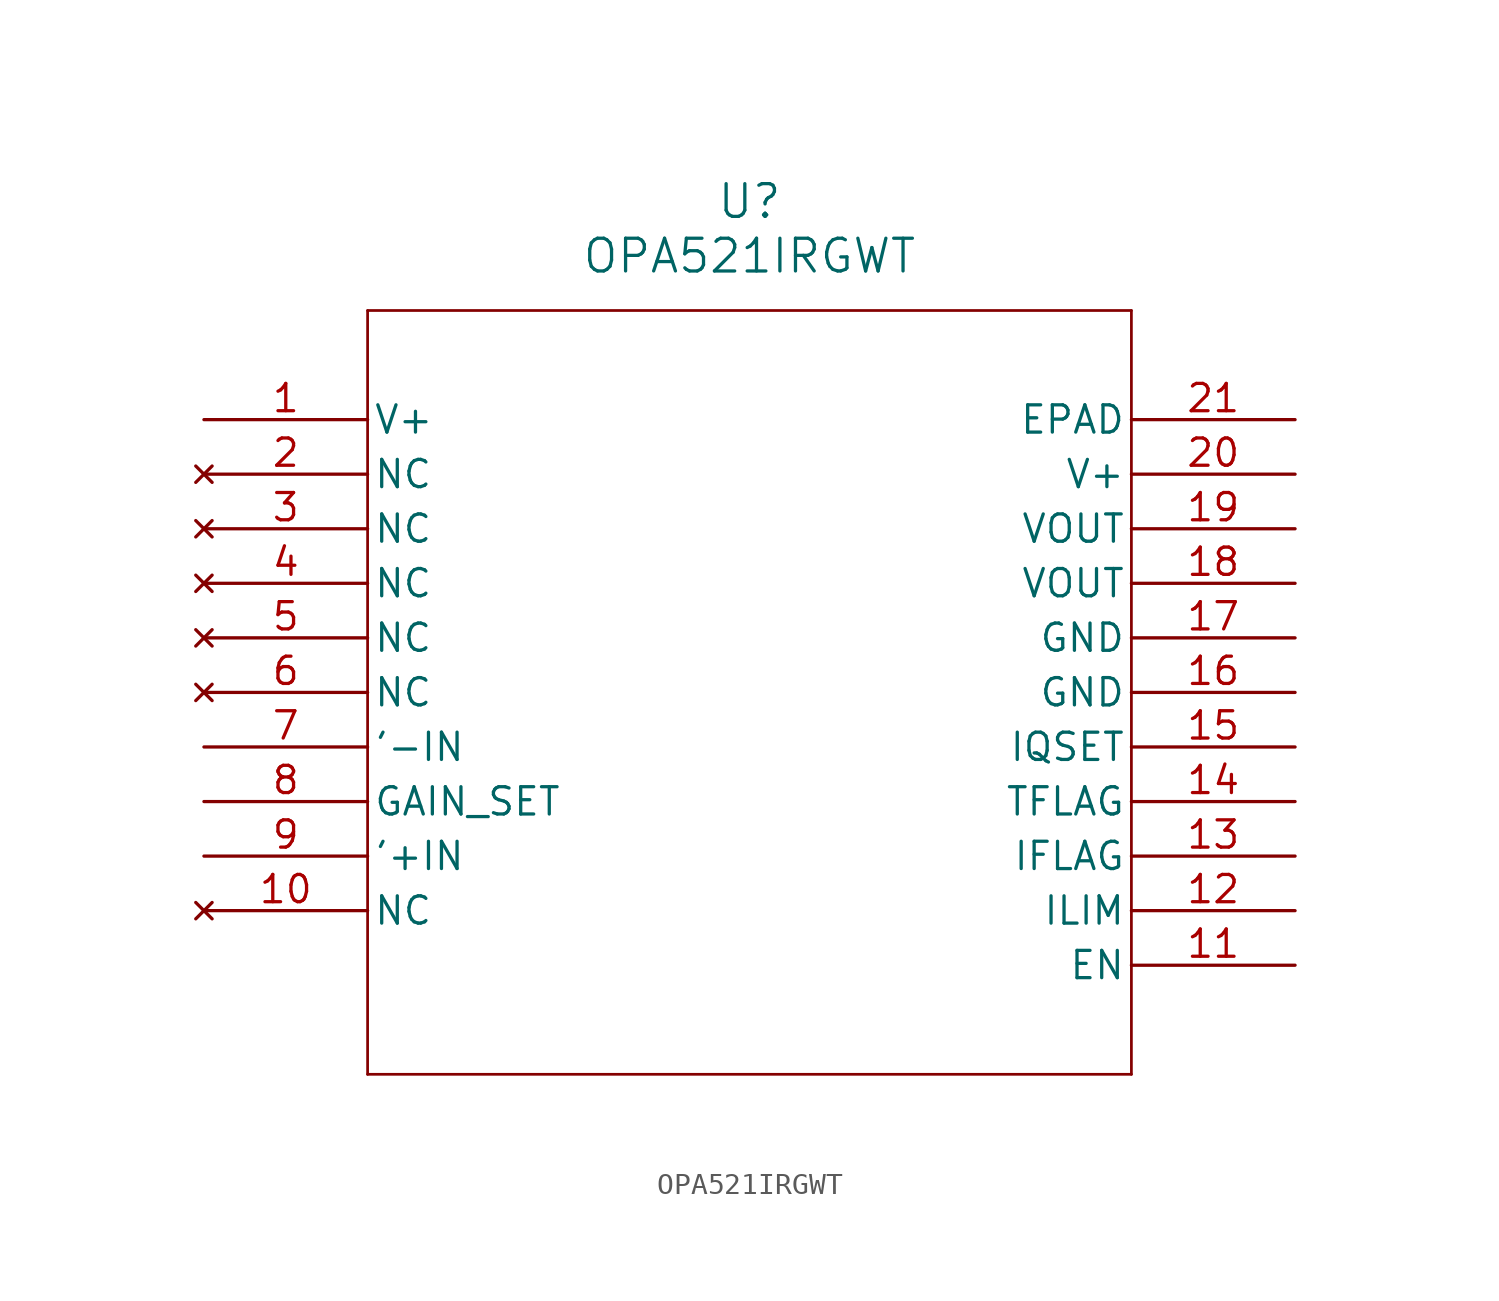
<source format=kicad_sym>
(kicad_symbol_lib
  (version 20211014)
  (generator kicad_symbol_editor)
  (symbol "OPA521IRGWT"
    (pin_names
      (offset 0.254))
    (property "Reference" "U"
      (at 25.4 10.16 0)
      (effects (font (size 1.524 1.524))))
    (property "Value" "OPA521IRGWT"
      (at 25.4 7.62 0)
      (effects (font (size 1.524 1.524))))
    (symbol "OPA521IRGWT_0_1"
      (polyline (pts (xy 7.62 5.08) (xy 7.62 -30.48)) (stroke (width 0.127) (type default) (color 0 0 0 0)) (fill (type none)))
      (polyline (pts (xy 7.62 -30.48) (xy 43.18 -30.48)) (stroke (width 0.127) (type default) (color 0 0 0 0)) (fill (type none)))
      (polyline (pts (xy 43.18 -30.48) (xy 43.18 5.08)) (stroke (width 0.127) (type default) (color 0 0 0 0)) (fill (type none)))
      (polyline (pts (xy 43.18 5.08) (xy 7.62 5.08)) (stroke (width 0.127) (type default) (color 0 0 0 0)) (fill (type none)))
      (pin power_in line (at 0 0 0) (length 7.62) (name "V+" (effects (font (size 1.27 1.27)))) (number "1" (effects (font (size 1.27 1.27)))))
      (pin no_connect line (at 0 -2.54 0) (length 7.62) (name "NC" (effects (font (size 1.27 1.27)))) (number "2" (effects (font (size 1.27 1.27)))))
      (pin no_connect line (at 0 -5.08 0) (length 7.62) (name "NC" (effects (font (size 1.27 1.27)))) (number "3" (effects (font (size 1.27 1.27)))))
      (pin no_connect line (at 0 -7.62 0) (length 7.62) (name "NC" (effects (font (size 1.27 1.27)))) (number "4" (effects (font (size 1.27 1.27)))))
      (pin no_connect line (at 0 -10.16 0) (length 7.62) (name "NC" (effects (font (size 1.27 1.27)))) (number "5" (effects (font (size 1.27 1.27)))))
      (pin no_connect line (at 0 -12.7 0) (length 7.62) (name "NC" (effects (font (size 1.27 1.27)))) (number "6" (effects (font (size 1.27 1.27)))))
      (pin input line (at 0 -15.24 0) (length 7.62) (name "'-IN" (effects (font (size 1.27 1.27)))) (number "7" (effects (font (size 1.27 1.27)))))
      (pin input line (at 0 -17.78 0) (length 7.62) (name "GAIN_SET" (effects (font (size 1.27 1.27)))) (number "8" (effects (font (size 1.27 1.27)))))
      (pin input line (at 0 -20.32 0) (length 7.62) (name "'+IN" (effects (font (size 1.27 1.27)))) (number "9" (effects (font (size 1.27 1.27)))))
      (pin no_connect line (at 0 -22.86 0) (length 7.62) (name "NC" (effects (font (size 1.27 1.27)))) (number "10" (effects (font (size 1.27 1.27)))))
      (pin input line (at 50.8 -25.4 180) (length 7.62) (name "EN" (effects (font (size 1.27 1.27)))) (number "11" (effects (font (size 1.27 1.27)))))
      (pin input line (at 50.8 -22.86 180) (length 7.62) (name "ILIM" (effects (font (size 1.27 1.27)))) (number "12" (effects (font (size 1.27 1.27)))))
      (pin output line (at 50.8 -20.32 180) (length 7.62) (name "IFLAG" (effects (font (size 1.27 1.27)))) (number "13" (effects (font (size 1.27 1.27)))))
      (pin output line (at 50.8 -17.78 180) (length 7.62) (name "TFLAG" (effects (font (size 1.27 1.27)))) (number "14" (effects (font (size 1.27 1.27)))))
      (pin input line (at 50.8 -15.24 180) (length 7.62) (name "IQSET" (effects (font (size 1.27 1.27)))) (number "15" (effects (font (size 1.27 1.27)))))
      (pin power_out line (at 50.8 -12.7 180) (length 7.62) (name "GND" (effects (font (size 1.27 1.27)))) (number "16" (effects (font (size 1.27 1.27)))))
      (pin power_out line (at 50.8 -10.16 180) (length 7.62) (name "GND" (effects (font (size 1.27 1.27)))) (number "17" (effects (font (size 1.27 1.27)))))
      (pin output line (at 50.8 -7.62 180) (length 7.62) (name "VOUT" (effects (font (size 1.27 1.27)))) (number "18" (effects (font (size 1.27 1.27)))))
      (pin output line (at 50.8 -5.08 180) (length 7.62) (name "VOUT" (effects (font (size 1.27 1.27)))) (number "19" (effects (font (size 1.27 1.27)))))
      (pin power_in line (at 50.8 -2.54 180) (length 7.62) (name "V+" (effects (font (size 1.27 1.27)))) (number "20" (effects (font (size 1.27 1.27)))))
      (pin unspecified line (at 50.8 0 180) (length 7.62) (name "EPAD" (effects (font (size 1.27 1.27)))) (number "21" (effects (font (size 1.27 1.27))))))))
</source>
